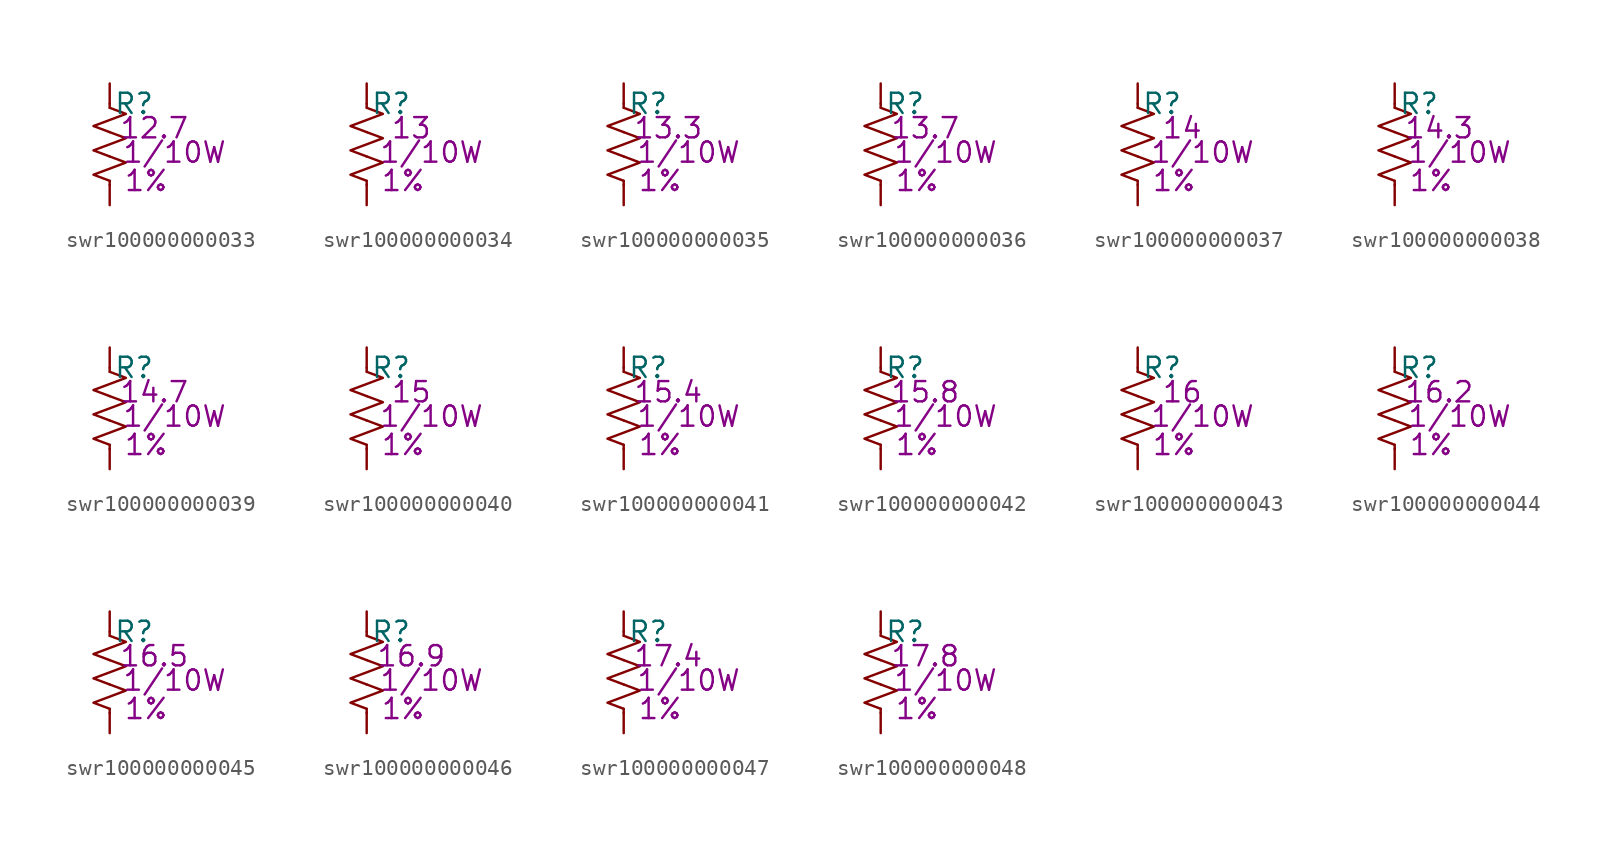
<source format=kicad_sym>
(kicad_symbol_lib
  (version 20211014)
  (generator kicad_symbol_editor)
  (symbol "swr100000000033"
    (pin_numbers hide)
    (pin_names
      (offset 1.016))
    (property "Reference" "R"
      (at 1.524 2.54 0)
      (effects (font (size 1.27 1.27))))
    (property "Tolerance" "1%"
      (at 2.286 -2.286 0)
      (effects (font (size 1.27 1.27))))
    (property "Wattage" "1/10W"
      (at 4.064 -0.508 0)
      (effects (font (size 1.27 1.27))))
    (property "PartValue" "12.7"
      (at 2.794 1.016 0)
      (effects (font (size 1.27 1.27))))
    (symbol "swr100000000033_1_1"
      (polyline (pts (xy 0 -2.286) (xy 0 -2.54)) (stroke (width 0) (type default) (color 0 0 0 0)) (fill (type none)))
      (polyline (pts (xy 0 2.286) (xy 0 2.54)) (stroke (width 0) (type default) (color 0 0 0 0)) (fill (type none)))
      (polyline (pts (xy 0 -0.762) (xy 1.016 -1.143) (xy 0 -1.524) (xy -1.016 -1.905) (xy 0 -2.286)) (stroke (width 0) (type default) (color 0 0 0 0)) (fill (type none)))
      (polyline (pts (xy 0 0.762) (xy 1.016 0.381) (xy 0 0) (xy -1.016 -0.381) (xy 0 -0.762)) (stroke (width 0) (type default) (color 0 0 0 0)) (fill (type none)))
      (polyline (pts (xy 0 2.286) (xy 1.016 1.905) (xy 0 1.524) (xy -1.016 1.143) (xy 0 0.762)) (stroke (width 0) (type default) (color 0 0 0 0)) (fill (type none)))
      (pin passive line (at 0 3.81 270) (length 1.27) (name "~" (effects (font (size 1.27 1.27)))) (number "1" (effects (font (size 1.27 1.27)))))
      (pin passive line (at 0 -3.81 90) (length 1.27) (name "~" (effects (font (size 1.27 1.27)))) (number "2" (effects (font (size 1.27 1.27)))))))
  (symbol "swr100000000034"
    (pin_numbers hide)
    (pin_names
      (offset 1.016))
    (property "Reference" "R"
      (at 1.524 2.54 0)
      (effects (font (size 1.27 1.27))))
    (property "Tolerance" "1%"
      (at 2.286 -2.286 0)
      (effects (font (size 1.27 1.27))))
    (property "Wattage" "1/10W"
      (at 4.064 -0.508 0)
      (effects (font (size 1.27 1.27))))
    (property "PartValue" "13"
      (at 2.794 1.016 0)
      (effects (font (size 1.27 1.27))))
    (symbol "swr100000000034_1_1"
      (polyline (pts (xy 0 -2.286) (xy 0 -2.54)) (stroke (width 0) (type default) (color 0 0 0 0)) (fill (type none)))
      (polyline (pts (xy 0 2.286) (xy 0 2.54)) (stroke (width 0) (type default) (color 0 0 0 0)) (fill (type none)))
      (polyline (pts (xy 0 -0.762) (xy 1.016 -1.143) (xy 0 -1.524) (xy -1.016 -1.905) (xy 0 -2.286)) (stroke (width 0) (type default) (color 0 0 0 0)) (fill (type none)))
      (polyline (pts (xy 0 0.762) (xy 1.016 0.381) (xy 0 0) (xy -1.016 -0.381) (xy 0 -0.762)) (stroke (width 0) (type default) (color 0 0 0 0)) (fill (type none)))
      (polyline (pts (xy 0 2.286) (xy 1.016 1.905) (xy 0 1.524) (xy -1.016 1.143) (xy 0 0.762)) (stroke (width 0) (type default) (color 0 0 0 0)) (fill (type none)))
      (pin passive line (at 0 3.81 270) (length 1.27) (name "~" (effects (font (size 1.27 1.27)))) (number "1" (effects (font (size 1.27 1.27)))))
      (pin passive line (at 0 -3.81 90) (length 1.27) (name "~" (effects (font (size 1.27 1.27)))) (number "2" (effects (font (size 1.27 1.27)))))))
  (symbol "swr100000000035"
    (pin_numbers hide)
    (pin_names
      (offset 1.016))
    (property "Reference" "R"
      (at 1.524 2.54 0)
      (effects (font (size 1.27 1.27))))
    (property "Tolerance" "1%"
      (at 2.286 -2.286 0)
      (effects (font (size 1.27 1.27))))
    (property "Wattage" "1/10W"
      (at 4.064 -0.508 0)
      (effects (font (size 1.27 1.27))))
    (property "PartValue" "13.3"
      (at 2.794 1.016 0)
      (effects (font (size 1.27 1.27))))
    (symbol "swr100000000035_1_1"
      (polyline (pts (xy 0 -2.286) (xy 0 -2.54)) (stroke (width 0) (type default) (color 0 0 0 0)) (fill (type none)))
      (polyline (pts (xy 0 2.286) (xy 0 2.54)) (stroke (width 0) (type default) (color 0 0 0 0)) (fill (type none)))
      (polyline (pts (xy 0 -0.762) (xy 1.016 -1.143) (xy 0 -1.524) (xy -1.016 -1.905) (xy 0 -2.286)) (stroke (width 0) (type default) (color 0 0 0 0)) (fill (type none)))
      (polyline (pts (xy 0 0.762) (xy 1.016 0.381) (xy 0 0) (xy -1.016 -0.381) (xy 0 -0.762)) (stroke (width 0) (type default) (color 0 0 0 0)) (fill (type none)))
      (polyline (pts (xy 0 2.286) (xy 1.016 1.905) (xy 0 1.524) (xy -1.016 1.143) (xy 0 0.762)) (stroke (width 0) (type default) (color 0 0 0 0)) (fill (type none)))
      (pin passive line (at 0 3.81 270) (length 1.27) (name "~" (effects (font (size 1.27 1.27)))) (number "1" (effects (font (size 1.27 1.27)))))
      (pin passive line (at 0 -3.81 90) (length 1.27) (name "~" (effects (font (size 1.27 1.27)))) (number "2" (effects (font (size 1.27 1.27)))))))
  (symbol "swr100000000036"
    (pin_numbers hide)
    (pin_names
      (offset 1.016))
    (property "Reference" "R"
      (at 1.524 2.54 0)
      (effects (font (size 1.27 1.27))))
    (property "Tolerance" "1%"
      (at 2.286 -2.286 0)
      (effects (font (size 1.27 1.27))))
    (property "Wattage" "1/10W"
      (at 4.064 -0.508 0)
      (effects (font (size 1.27 1.27))))
    (property "PartValue" "13.7"
      (at 2.794 1.016 0)
      (effects (font (size 1.27 1.27))))
    (symbol "swr100000000036_1_1"
      (polyline (pts (xy 0 -2.286) (xy 0 -2.54)) (stroke (width 0) (type default) (color 0 0 0 0)) (fill (type none)))
      (polyline (pts (xy 0 2.286) (xy 0 2.54)) (stroke (width 0) (type default) (color 0 0 0 0)) (fill (type none)))
      (polyline (pts (xy 0 -0.762) (xy 1.016 -1.143) (xy 0 -1.524) (xy -1.016 -1.905) (xy 0 -2.286)) (stroke (width 0) (type default) (color 0 0 0 0)) (fill (type none)))
      (polyline (pts (xy 0 0.762) (xy 1.016 0.381) (xy 0 0) (xy -1.016 -0.381) (xy 0 -0.762)) (stroke (width 0) (type default) (color 0 0 0 0)) (fill (type none)))
      (polyline (pts (xy 0 2.286) (xy 1.016 1.905) (xy 0 1.524) (xy -1.016 1.143) (xy 0 0.762)) (stroke (width 0) (type default) (color 0 0 0 0)) (fill (type none)))
      (pin passive line (at 0 3.81 270) (length 1.27) (name "~" (effects (font (size 1.27 1.27)))) (number "1" (effects (font (size 1.27 1.27)))))
      (pin passive line (at 0 -3.81 90) (length 1.27) (name "~" (effects (font (size 1.27 1.27)))) (number "2" (effects (font (size 1.27 1.27)))))))
  (symbol "swr100000000037"
    (pin_numbers hide)
    (pin_names
      (offset 1.016))
    (property "Reference" "R"
      (at 1.524 2.54 0)
      (effects (font (size 1.27 1.27))))
    (property "Tolerance" "1%"
      (at 2.286 -2.286 0)
      (effects (font (size 1.27 1.27))))
    (property "Wattage" "1/10W"
      (at 4.064 -0.508 0)
      (effects (font (size 1.27 1.27))))
    (property "PartValue" "14"
      (at 2.794 1.016 0)
      (effects (font (size 1.27 1.27))))
    (symbol "swr100000000037_1_1"
      (polyline (pts (xy 0 -2.286) (xy 0 -2.54)) (stroke (width 0) (type default) (color 0 0 0 0)) (fill (type none)))
      (polyline (pts (xy 0 2.286) (xy 0 2.54)) (stroke (width 0) (type default) (color 0 0 0 0)) (fill (type none)))
      (polyline (pts (xy 0 -0.762) (xy 1.016 -1.143) (xy 0 -1.524) (xy -1.016 -1.905) (xy 0 -2.286)) (stroke (width 0) (type default) (color 0 0 0 0)) (fill (type none)))
      (polyline (pts (xy 0 0.762) (xy 1.016 0.381) (xy 0 0) (xy -1.016 -0.381) (xy 0 -0.762)) (stroke (width 0) (type default) (color 0 0 0 0)) (fill (type none)))
      (polyline (pts (xy 0 2.286) (xy 1.016 1.905) (xy 0 1.524) (xy -1.016 1.143) (xy 0 0.762)) (stroke (width 0) (type default) (color 0 0 0 0)) (fill (type none)))
      (pin passive line (at 0 3.81 270) (length 1.27) (name "~" (effects (font (size 1.27 1.27)))) (number "1" (effects (font (size 1.27 1.27)))))
      (pin passive line (at 0 -3.81 90) (length 1.27) (name "~" (effects (font (size 1.27 1.27)))) (number "2" (effects (font (size 1.27 1.27)))))))
  (symbol "swr100000000038"
    (pin_numbers hide)
    (pin_names
      (offset 1.016))
    (property "Reference" "R"
      (at 1.524 2.54 0)
      (effects (font (size 1.27 1.27))))
    (property "Tolerance" "1%"
      (at 2.286 -2.286 0)
      (effects (font (size 1.27 1.27))))
    (property "Wattage" "1/10W"
      (at 4.064 -0.508 0)
      (effects (font (size 1.27 1.27))))
    (property "PartValue" "14.3"
      (at 2.794 1.016 0)
      (effects (font (size 1.27 1.27))))
    (symbol "swr100000000038_1_1"
      (polyline (pts (xy 0 -2.286) (xy 0 -2.54)) (stroke (width 0) (type default) (color 0 0 0 0)) (fill (type none)))
      (polyline (pts (xy 0 2.286) (xy 0 2.54)) (stroke (width 0) (type default) (color 0 0 0 0)) (fill (type none)))
      (polyline (pts (xy 0 -0.762) (xy 1.016 -1.143) (xy 0 -1.524) (xy -1.016 -1.905) (xy 0 -2.286)) (stroke (width 0) (type default) (color 0 0 0 0)) (fill (type none)))
      (polyline (pts (xy 0 0.762) (xy 1.016 0.381) (xy 0 0) (xy -1.016 -0.381) (xy 0 -0.762)) (stroke (width 0) (type default) (color 0 0 0 0)) (fill (type none)))
      (polyline (pts (xy 0 2.286) (xy 1.016 1.905) (xy 0 1.524) (xy -1.016 1.143) (xy 0 0.762)) (stroke (width 0) (type default) (color 0 0 0 0)) (fill (type none)))
      (pin passive line (at 0 3.81 270) (length 1.27) (name "~" (effects (font (size 1.27 1.27)))) (number "1" (effects (font (size 1.27 1.27)))))
      (pin passive line (at 0 -3.81 90) (length 1.27) (name "~" (effects (font (size 1.27 1.27)))) (number "2" (effects (font (size 1.27 1.27)))))))
  (symbol "swr100000000039"
    (pin_numbers hide)
    (pin_names
      (offset 1.016))
    (property "Reference" "R"
      (at 1.524 2.54 0)
      (effects (font (size 1.27 1.27))))
    (property "Tolerance" "1%"
      (at 2.286 -2.286 0)
      (effects (font (size 1.27 1.27))))
    (property "Wattage" "1/10W"
      (at 4.064 -0.508 0)
      (effects (font (size 1.27 1.27))))
    (property "PartValue" "14.7"
      (at 2.794 1.016 0)
      (effects (font (size 1.27 1.27))))
    (symbol "swr100000000039_1_1"
      (polyline (pts (xy 0 -2.286) (xy 0 -2.54)) (stroke (width 0) (type default) (color 0 0 0 0)) (fill (type none)))
      (polyline (pts (xy 0 2.286) (xy 0 2.54)) (stroke (width 0) (type default) (color 0 0 0 0)) (fill (type none)))
      (polyline (pts (xy 0 -0.762) (xy 1.016 -1.143) (xy 0 -1.524) (xy -1.016 -1.905) (xy 0 -2.286)) (stroke (width 0) (type default) (color 0 0 0 0)) (fill (type none)))
      (polyline (pts (xy 0 0.762) (xy 1.016 0.381) (xy 0 0) (xy -1.016 -0.381) (xy 0 -0.762)) (stroke (width 0) (type default) (color 0 0 0 0)) (fill (type none)))
      (polyline (pts (xy 0 2.286) (xy 1.016 1.905) (xy 0 1.524) (xy -1.016 1.143) (xy 0 0.762)) (stroke (width 0) (type default) (color 0 0 0 0)) (fill (type none)))
      (pin passive line (at 0 3.81 270) (length 1.27) (name "~" (effects (font (size 1.27 1.27)))) (number "1" (effects (font (size 1.27 1.27)))))
      (pin passive line (at 0 -3.81 90) (length 1.27) (name "~" (effects (font (size 1.27 1.27)))) (number "2" (effects (font (size 1.27 1.27)))))))
  (symbol "swr100000000040"
    (pin_numbers hide)
    (pin_names
      (offset 1.016))
    (property "Reference" "R"
      (at 1.524 2.54 0)
      (effects (font (size 1.27 1.27))))
    (property "Tolerance" "1%"
      (at 2.286 -2.286 0)
      (effects (font (size 1.27 1.27))))
    (property "Wattage" "1/10W"
      (at 4.064 -0.508 0)
      (effects (font (size 1.27 1.27))))
    (property "PartValue" "15"
      (at 2.794 1.016 0)
      (effects (font (size 1.27 1.27))))
    (symbol "swr100000000040_1_1"
      (polyline (pts (xy 0 -2.286) (xy 0 -2.54)) (stroke (width 0) (type default) (color 0 0 0 0)) (fill (type none)))
      (polyline (pts (xy 0 2.286) (xy 0 2.54)) (stroke (width 0) (type default) (color 0 0 0 0)) (fill (type none)))
      (polyline (pts (xy 0 -0.762) (xy 1.016 -1.143) (xy 0 -1.524) (xy -1.016 -1.905) (xy 0 -2.286)) (stroke (width 0) (type default) (color 0 0 0 0)) (fill (type none)))
      (polyline (pts (xy 0 0.762) (xy 1.016 0.381) (xy 0 0) (xy -1.016 -0.381) (xy 0 -0.762)) (stroke (width 0) (type default) (color 0 0 0 0)) (fill (type none)))
      (polyline (pts (xy 0 2.286) (xy 1.016 1.905) (xy 0 1.524) (xy -1.016 1.143) (xy 0 0.762)) (stroke (width 0) (type default) (color 0 0 0 0)) (fill (type none)))
      (pin passive line (at 0 3.81 270) (length 1.27) (name "~" (effects (font (size 1.27 1.27)))) (number "1" (effects (font (size 1.27 1.27)))))
      (pin passive line (at 0 -3.81 90) (length 1.27) (name "~" (effects (font (size 1.27 1.27)))) (number "2" (effects (font (size 1.27 1.27)))))))
  (symbol "swr100000000041"
    (pin_numbers hide)
    (pin_names
      (offset 1.016))
    (property "Reference" "R"
      (at 1.524 2.54 0)
      (effects (font (size 1.27 1.27))))
    (property "Tolerance" "1%"
      (at 2.286 -2.286 0)
      (effects (font (size 1.27 1.27))))
    (property "Wattage" "1/10W"
      (at 4.064 -0.508 0)
      (effects (font (size 1.27 1.27))))
    (property "PartValue" "15.4"
      (at 2.794 1.016 0)
      (effects (font (size 1.27 1.27))))
    (symbol "swr100000000041_1_1"
      (polyline (pts (xy 0 -2.286) (xy 0 -2.54)) (stroke (width 0) (type default) (color 0 0 0 0)) (fill (type none)))
      (polyline (pts (xy 0 2.286) (xy 0 2.54)) (stroke (width 0) (type default) (color 0 0 0 0)) (fill (type none)))
      (polyline (pts (xy 0 -0.762) (xy 1.016 -1.143) (xy 0 -1.524) (xy -1.016 -1.905) (xy 0 -2.286)) (stroke (width 0) (type default) (color 0 0 0 0)) (fill (type none)))
      (polyline (pts (xy 0 0.762) (xy 1.016 0.381) (xy 0 0) (xy -1.016 -0.381) (xy 0 -0.762)) (stroke (width 0) (type default) (color 0 0 0 0)) (fill (type none)))
      (polyline (pts (xy 0 2.286) (xy 1.016 1.905) (xy 0 1.524) (xy -1.016 1.143) (xy 0 0.762)) (stroke (width 0) (type default) (color 0 0 0 0)) (fill (type none)))
      (pin passive line (at 0 3.81 270) (length 1.27) (name "~" (effects (font (size 1.27 1.27)))) (number "1" (effects (font (size 1.27 1.27)))))
      (pin passive line (at 0 -3.81 90) (length 1.27) (name "~" (effects (font (size 1.27 1.27)))) (number "2" (effects (font (size 1.27 1.27)))))))
  (symbol "swr100000000042"
    (pin_numbers hide)
    (pin_names
      (offset 1.016))
    (property "Reference" "R"
      (at 1.524 2.54 0)
      (effects (font (size 1.27 1.27))))
    (property "Tolerance" "1%"
      (at 2.286 -2.286 0)
      (effects (font (size 1.27 1.27))))
    (property "Wattage" "1/10W"
      (at 4.064 -0.508 0)
      (effects (font (size 1.27 1.27))))
    (property "PartValue" "15.8"
      (at 2.794 1.016 0)
      (effects (font (size 1.27 1.27))))
    (symbol "swr100000000042_1_1"
      (polyline (pts (xy 0 -2.286) (xy 0 -2.54)) (stroke (width 0) (type default) (color 0 0 0 0)) (fill (type none)))
      (polyline (pts (xy 0 2.286) (xy 0 2.54)) (stroke (width 0) (type default) (color 0 0 0 0)) (fill (type none)))
      (polyline (pts (xy 0 -0.762) (xy 1.016 -1.143) (xy 0 -1.524) (xy -1.016 -1.905) (xy 0 -2.286)) (stroke (width 0) (type default) (color 0 0 0 0)) (fill (type none)))
      (polyline (pts (xy 0 0.762) (xy 1.016 0.381) (xy 0 0) (xy -1.016 -0.381) (xy 0 -0.762)) (stroke (width 0) (type default) (color 0 0 0 0)) (fill (type none)))
      (polyline (pts (xy 0 2.286) (xy 1.016 1.905) (xy 0 1.524) (xy -1.016 1.143) (xy 0 0.762)) (stroke (width 0) (type default) (color 0 0 0 0)) (fill (type none)))
      (pin passive line (at 0 3.81 270) (length 1.27) (name "~" (effects (font (size 1.27 1.27)))) (number "1" (effects (font (size 1.27 1.27)))))
      (pin passive line (at 0 -3.81 90) (length 1.27) (name "~" (effects (font (size 1.27 1.27)))) (number "2" (effects (font (size 1.27 1.27)))))))
  (symbol "swr100000000043"
    (pin_numbers hide)
    (pin_names
      (offset 1.016))
    (property "Reference" "R"
      (at 1.524 2.54 0)
      (effects (font (size 1.27 1.27))))
    (property "Tolerance" "1%"
      (at 2.286 -2.286 0)
      (effects (font (size 1.27 1.27))))
    (property "Wattage" "1/10W"
      (at 4.064 -0.508 0)
      (effects (font (size 1.27 1.27))))
    (property "PartValue" "16"
      (at 2.794 1.016 0)
      (effects (font (size 1.27 1.27))))
    (symbol "swr100000000043_1_1"
      (polyline (pts (xy 0 -2.286) (xy 0 -2.54)) (stroke (width 0) (type default) (color 0 0 0 0)) (fill (type none)))
      (polyline (pts (xy 0 2.286) (xy 0 2.54)) (stroke (width 0) (type default) (color 0 0 0 0)) (fill (type none)))
      (polyline (pts (xy 0 -0.762) (xy 1.016 -1.143) (xy 0 -1.524) (xy -1.016 -1.905) (xy 0 -2.286)) (stroke (width 0) (type default) (color 0 0 0 0)) (fill (type none)))
      (polyline (pts (xy 0 0.762) (xy 1.016 0.381) (xy 0 0) (xy -1.016 -0.381) (xy 0 -0.762)) (stroke (width 0) (type default) (color 0 0 0 0)) (fill (type none)))
      (polyline (pts (xy 0 2.286) (xy 1.016 1.905) (xy 0 1.524) (xy -1.016 1.143) (xy 0 0.762)) (stroke (width 0) (type default) (color 0 0 0 0)) (fill (type none)))
      (pin passive line (at 0 3.81 270) (length 1.27) (name "~" (effects (font (size 1.27 1.27)))) (number "1" (effects (font (size 1.27 1.27)))))
      (pin passive line (at 0 -3.81 90) (length 1.27) (name "~" (effects (font (size 1.27 1.27)))) (number "2" (effects (font (size 1.27 1.27)))))))
  (symbol "swr100000000044"
    (pin_numbers hide)
    (pin_names
      (offset 1.016))
    (property "Reference" "R"
      (at 1.524 2.54 0)
      (effects (font (size 1.27 1.27))))
    (property "Tolerance" "1%"
      (at 2.286 -2.286 0)
      (effects (font (size 1.27 1.27))))
    (property "Wattage" "1/10W"
      (at 4.064 -0.508 0)
      (effects (font (size 1.27 1.27))))
    (property "PartValue" "16.2"
      (at 2.794 1.016 0)
      (effects (font (size 1.27 1.27))))
    (symbol "swr100000000044_1_1"
      (polyline (pts (xy 0 -2.286) (xy 0 -2.54)) (stroke (width 0) (type default) (color 0 0 0 0)) (fill (type none)))
      (polyline (pts (xy 0 2.286) (xy 0 2.54)) (stroke (width 0) (type default) (color 0 0 0 0)) (fill (type none)))
      (polyline (pts (xy 0 -0.762) (xy 1.016 -1.143) (xy 0 -1.524) (xy -1.016 -1.905) (xy 0 -2.286)) (stroke (width 0) (type default) (color 0 0 0 0)) (fill (type none)))
      (polyline (pts (xy 0 0.762) (xy 1.016 0.381) (xy 0 0) (xy -1.016 -0.381) (xy 0 -0.762)) (stroke (width 0) (type default) (color 0 0 0 0)) (fill (type none)))
      (polyline (pts (xy 0 2.286) (xy 1.016 1.905) (xy 0 1.524) (xy -1.016 1.143) (xy 0 0.762)) (stroke (width 0) (type default) (color 0 0 0 0)) (fill (type none)))
      (pin passive line (at 0 3.81 270) (length 1.27) (name "~" (effects (font (size 1.27 1.27)))) (number "1" (effects (font (size 1.27 1.27)))))
      (pin passive line (at 0 -3.81 90) (length 1.27) (name "~" (effects (font (size 1.27 1.27)))) (number "2" (effects (font (size 1.27 1.27)))))))
  (symbol "swr100000000045"
    (pin_numbers hide)
    (pin_names
      (offset 1.016))
    (property "Reference" "R"
      (at 1.524 2.54 0)
      (effects (font (size 1.27 1.27))))
    (property "Tolerance" "1%"
      (at 2.286 -2.286 0)
      (effects (font (size 1.27 1.27))))
    (property "Wattage" "1/10W"
      (at 4.064 -0.508 0)
      (effects (font (size 1.27 1.27))))
    (property "PartValue" "16.5"
      (at 2.794 1.016 0)
      (effects (font (size 1.27 1.27))))
    (symbol "swr100000000045_1_1"
      (polyline (pts (xy 0 -2.286) (xy 0 -2.54)) (stroke (width 0) (type default) (color 0 0 0 0)) (fill (type none)))
      (polyline (pts (xy 0 2.286) (xy 0 2.54)) (stroke (width 0) (type default) (color 0 0 0 0)) (fill (type none)))
      (polyline (pts (xy 0 -0.762) (xy 1.016 -1.143) (xy 0 -1.524) (xy -1.016 -1.905) (xy 0 -2.286)) (stroke (width 0) (type default) (color 0 0 0 0)) (fill (type none)))
      (polyline (pts (xy 0 0.762) (xy 1.016 0.381) (xy 0 0) (xy -1.016 -0.381) (xy 0 -0.762)) (stroke (width 0) (type default) (color 0 0 0 0)) (fill (type none)))
      (polyline (pts (xy 0 2.286) (xy 1.016 1.905) (xy 0 1.524) (xy -1.016 1.143) (xy 0 0.762)) (stroke (width 0) (type default) (color 0 0 0 0)) (fill (type none)))
      (pin passive line (at 0 3.81 270) (length 1.27) (name "~" (effects (font (size 1.27 1.27)))) (number "1" (effects (font (size 1.27 1.27)))))
      (pin passive line (at 0 -3.81 90) (length 1.27) (name "~" (effects (font (size 1.27 1.27)))) (number "2" (effects (font (size 1.27 1.27)))))))
  (symbol "swr100000000046"
    (pin_numbers hide)
    (pin_names
      (offset 1.016))
    (property "Reference" "R"
      (at 1.524 2.54 0)
      (effects (font (size 1.27 1.27))))
    (property "Tolerance" "1%"
      (at 2.286 -2.286 0)
      (effects (font (size 1.27 1.27))))
    (property "Wattage" "1/10W"
      (at 4.064 -0.508 0)
      (effects (font (size 1.27 1.27))))
    (property "PartValue" "16.9"
      (at 2.794 1.016 0)
      (effects (font (size 1.27 1.27))))
    (symbol "swr100000000046_1_1"
      (polyline (pts (xy 0 -2.286) (xy 0 -2.54)) (stroke (width 0) (type default) (color 0 0 0 0)) (fill (type none)))
      (polyline (pts (xy 0 2.286) (xy 0 2.54)) (stroke (width 0) (type default) (color 0 0 0 0)) (fill (type none)))
      (polyline (pts (xy 0 -0.762) (xy 1.016 -1.143) (xy 0 -1.524) (xy -1.016 -1.905) (xy 0 -2.286)) (stroke (width 0) (type default) (color 0 0 0 0)) (fill (type none)))
      (polyline (pts (xy 0 0.762) (xy 1.016 0.381) (xy 0 0) (xy -1.016 -0.381) (xy 0 -0.762)) (stroke (width 0) (type default) (color 0 0 0 0)) (fill (type none)))
      (polyline (pts (xy 0 2.286) (xy 1.016 1.905) (xy 0 1.524) (xy -1.016 1.143) (xy 0 0.762)) (stroke (width 0) (type default) (color 0 0 0 0)) (fill (type none)))
      (pin passive line (at 0 3.81 270) (length 1.27) (name "~" (effects (font (size 1.27 1.27)))) (number "1" (effects (font (size 1.27 1.27)))))
      (pin passive line (at 0 -3.81 90) (length 1.27) (name "~" (effects (font (size 1.27 1.27)))) (number "2" (effects (font (size 1.27 1.27)))))))
  (symbol "swr100000000047"
    (pin_numbers hide)
    (pin_names
      (offset 1.016))
    (property "Reference" "R"
      (at 1.524 2.54 0)
      (effects (font (size 1.27 1.27))))
    (property "Tolerance" "1%"
      (at 2.286 -2.286 0)
      (effects (font (size 1.27 1.27))))
    (property "Wattage" "1/10W"
      (at 4.064 -0.508 0)
      (effects (font (size 1.27 1.27))))
    (property "PartValue" "17.4"
      (at 2.794 1.016 0)
      (effects (font (size 1.27 1.27))))
    (symbol "swr100000000047_1_1"
      (polyline (pts (xy 0 -2.286) (xy 0 -2.54)) (stroke (width 0) (type default) (color 0 0 0 0)) (fill (type none)))
      (polyline (pts (xy 0 2.286) (xy 0 2.54)) (stroke (width 0) (type default) (color 0 0 0 0)) (fill (type none)))
      (polyline (pts (xy 0 -0.762) (xy 1.016 -1.143) (xy 0 -1.524) (xy -1.016 -1.905) (xy 0 -2.286)) (stroke (width 0) (type default) (color 0 0 0 0)) (fill (type none)))
      (polyline (pts (xy 0 0.762) (xy 1.016 0.381) (xy 0 0) (xy -1.016 -0.381) (xy 0 -0.762)) (stroke (width 0) (type default) (color 0 0 0 0)) (fill (type none)))
      (polyline (pts (xy 0 2.286) (xy 1.016 1.905) (xy 0 1.524) (xy -1.016 1.143) (xy 0 0.762)) (stroke (width 0) (type default) (color 0 0 0 0)) (fill (type none)))
      (pin passive line (at 0 3.81 270) (length 1.27) (name "~" (effects (font (size 1.27 1.27)))) (number "1" (effects (font (size 1.27 1.27)))))
      (pin passive line (at 0 -3.81 90) (length 1.27) (name "~" (effects (font (size 1.27 1.27)))) (number "2" (effects (font (size 1.27 1.27)))))))
  (symbol "swr100000000048"
    (pin_numbers hide)
    (pin_names
      (offset 1.016))
    (property "Reference" "R"
      (at 1.524 2.54 0)
      (effects (font (size 1.27 1.27))))
    (property "Tolerance" "1%"
      (at 2.286 -2.286 0)
      (effects (font (size 1.27 1.27))))
    (property "Wattage" "1/10W"
      (at 4.064 -0.508 0)
      (effects (font (size 1.27 1.27))))
    (property "PartValue" "17.8"
      (at 2.794 1.016 0)
      (effects (font (size 1.27 1.27))))
    (symbol "swr100000000048_1_1"
      (polyline (pts (xy 0 -2.286) (xy 0 -2.54)) (stroke (width 0) (type default) (color 0 0 0 0)) (fill (type none)))
      (polyline (pts (xy 0 2.286) (xy 0 2.54)) (stroke (width 0) (type default) (color 0 0 0 0)) (fill (type none)))
      (polyline (pts (xy 0 -0.762) (xy 1.016 -1.143) (xy 0 -1.524) (xy -1.016 -1.905) (xy 0 -2.286)) (stroke (width 0) (type default) (color 0 0 0 0)) (fill (type none)))
      (polyline (pts (xy 0 0.762) (xy 1.016 0.381) (xy 0 0) (xy -1.016 -0.381) (xy 0 -0.762)) (stroke (width 0) (type default) (color 0 0 0 0)) (fill (type none)))
      (polyline (pts (xy 0 2.286) (xy 1.016 1.905) (xy 0 1.524) (xy -1.016 1.143) (xy 0 0.762)) (stroke (width 0) (type default) (color 0 0 0 0)) (fill (type none)))
      (pin passive line (at 0 3.81 270) (length 1.27) (name "~" (effects (font (size 1.27 1.27)))) (number "1" (effects (font (size 1.27 1.27)))))
      (pin passive line (at 0 -3.81 90) (length 1.27) (name "~" (effects (font (size 1.27 1.27)))) (number "2" (effects (font (size 1.27 1.27))))))))
</source>
